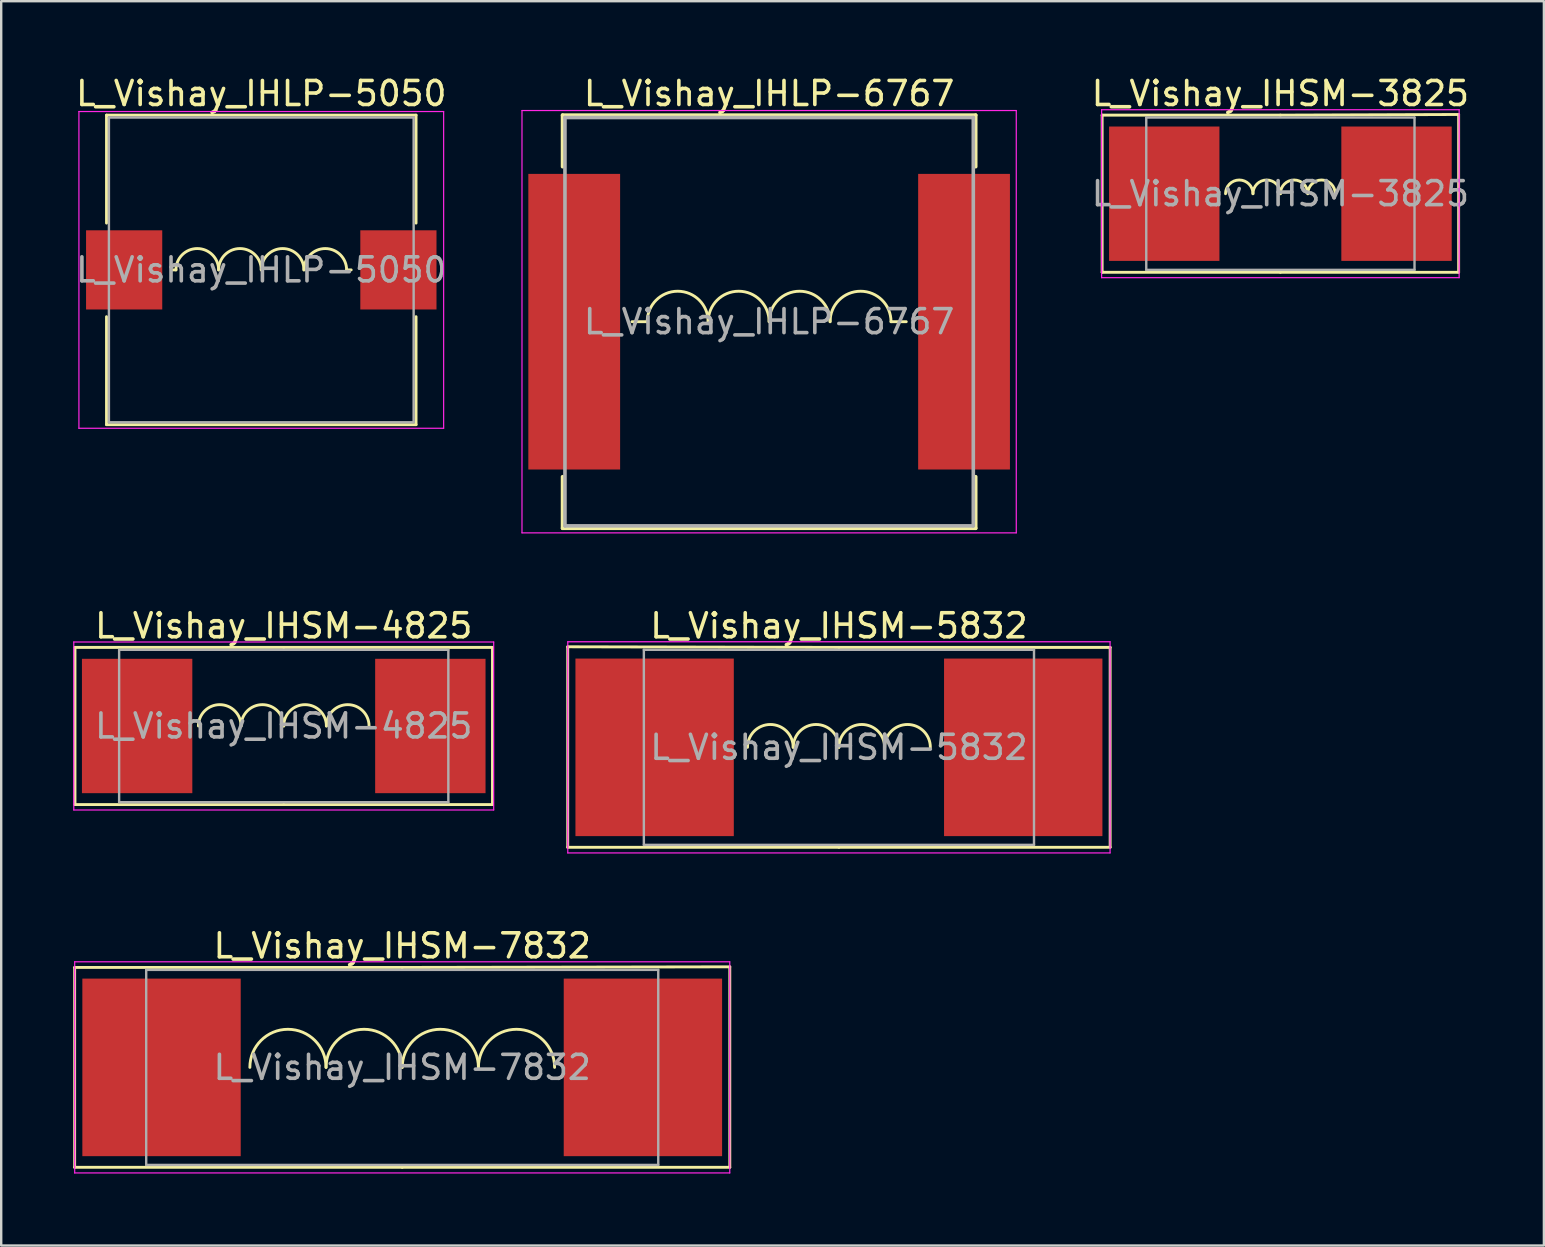
<source format=kicad_pcb>
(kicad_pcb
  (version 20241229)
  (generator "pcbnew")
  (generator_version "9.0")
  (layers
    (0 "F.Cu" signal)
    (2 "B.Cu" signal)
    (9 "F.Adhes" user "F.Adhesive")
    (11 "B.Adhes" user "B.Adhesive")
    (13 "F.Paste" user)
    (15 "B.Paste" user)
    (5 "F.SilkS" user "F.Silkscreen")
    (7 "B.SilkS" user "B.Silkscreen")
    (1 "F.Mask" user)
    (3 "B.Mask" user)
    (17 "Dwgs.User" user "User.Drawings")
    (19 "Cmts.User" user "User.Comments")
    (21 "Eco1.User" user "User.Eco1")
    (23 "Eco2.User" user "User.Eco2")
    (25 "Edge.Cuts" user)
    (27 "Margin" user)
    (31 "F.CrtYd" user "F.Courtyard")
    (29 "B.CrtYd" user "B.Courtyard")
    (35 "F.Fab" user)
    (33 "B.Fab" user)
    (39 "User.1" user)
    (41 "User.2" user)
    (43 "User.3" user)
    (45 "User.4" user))
  (footprint "L_Vishay_IHSM-4825"
    (layer "F.Cu")
    (at 8.775 27.206)
    (property "Reference" "L_Vishay_IHSM-4825" (at 0 -4.175 0) (layer "F.SilkS") (effects (font (size 1 1) (thickness 0.15))))
    (attr smd)
    (fp_line (start -8.7 -3.275) (end -8.7 3.275) (stroke (width 0.12) (type solid)) (layer "F.SilkS"))
    (fp_line (start -8.7 -3.275) (end 0 -3.275) (stroke (width 0.12) (type solid)) (layer "F.SilkS"))
    (fp_line (start -8.7 3.275) (end 0 3.275) (stroke (width 0.12) (type solid)) (layer "F.SilkS"))
    (fp_line (start 8.7 -3.275) (end 0 -3.275) (stroke (width 0.12) (type solid)) (layer "F.SilkS"))
    (fp_line (start 8.7 3.275) (end 0 3.275) (stroke (width 0.12) (type solid)) (layer "F.SilkS"))
    (fp_line (start 8.7 3.275) (end 8.7 -3.275) (stroke (width 0.12) (type solid)) (layer "F.SilkS"))
    (fp_arc (start -3.556 0) (mid -2.667 -0.889) (end -1.778 0) (stroke (width 0.12) (type solid)) (layer "F.SilkS"))
    (fp_arc (start -1.778 0) (mid -0.889 -0.889) (end 0 0) (stroke (width 0.12) (type solid)) (layer "F.SilkS"))
    (fp_arc (start 0 0) (mid 0.889 -0.889) (end 1.778 0) (stroke (width 0.12) (type solid)) (layer "F.SilkS"))
    (fp_arc (start 1.778 0) (mid 2.667 -0.889) (end 3.556 0) (stroke (width 0.12) (type solid)) (layer "F.SilkS"))
    (fp_line (start -8.75 -3.5) (end -8.75 3.5) (stroke (width 0.05) (type solid)) (layer "F.CrtYd"))
    (fp_line (start -8.75 3.5) (end 8.75 3.5) (stroke (width 0.05) (type solid)) (layer "F.CrtYd"))
    (fp_line (start 8.75 -3.5) (end -8.75 -3.5) (stroke (width 0.05) (type solid)) (layer "F.CrtYd"))
    (fp_line (start 8.75 3.5) (end 8.75 -3.5) (stroke (width 0.05) (type solid)) (layer "F.CrtYd"))
    (fp_line (start -6.86 -3.175) (end -6.86 3.175) (stroke (width 0.1) (type solid)) (layer "F.Fab"))
    (fp_line (start -6.86 3.175) (end 6.86 3.175) (stroke (width 0.1) (type solid)) (layer "F.Fab"))
    (fp_line (start 6.86 -3.175) (end -6.86 -3.175) (stroke (width 0.1) (type solid)) (layer "F.Fab"))
    (fp_line (start 6.86 3.175) (end 6.86 -3.175) (stroke (width 0.1) (type solid)) (layer "F.Fab"))
    (fp_text user "${REFERENCE}" (at 0 0 0) (layer "F.Fab") (effects (font (size 1 1) (thickness 0.15))))
    (pad "1" smd rect (at -6.11 0) (size 4.6 5.6) (layers "F.Cu" "F.Mask" "F.Paste"))
    (pad "2" smd rect (at 6.11 0) (size 4.6 5.6) (layers "F.Cu" "F.Mask" "F.Paste")))
  (footprint "L_Vishay_IHLP-5050"
    (layer "F.Cu")
    (at 7.839 8.198)
    (property "Reference" "L_Vishay_IHLP-5050" (at 0 -7.35 0) (layer "F.SilkS") (effects (font (size 1 1) (thickness 0.15))))
    (attr smd)
    (fp_line (start -6.45 -6.45) (end 6.45 -6.45) (stroke (width 0.12) (type solid)) (layer "F.SilkS"))
    (fp_line (start -6.45 -1.95) (end -6.45 -6.45) (stroke (width 0.12) (type solid)) (layer "F.SilkS"))
    (fp_line (start -6.45 1.95) (end -6.45 6.45) (stroke (width 0.12) (type solid)) (layer "F.SilkS"))
    (fp_line (start -6.45 6.45) (end 6.45 6.45) (stroke (width 0.12) (type solid)) (layer "F.SilkS"))
    (fp_line (start -3.556 0) (end -3.747 0) (stroke (width 0.12) (type solid)) (layer "F.SilkS"))
    (fp_line (start 3.747 0) (end 3.556 0) (stroke (width 0.12) (type solid)) (layer "F.SilkS"))
    (fp_line (start 6.45 -6.45) (end 6.45 -1.95) (stroke (width 0.12) (type solid)) (layer "F.SilkS"))
    (fp_line (start 6.45 6.45) (end 6.45 1.95) (stroke (width 0.12) (type solid)) (layer "F.SilkS"))
    (fp_arc (start -3.556 0) (mid -2.667 -0.889) (end -1.778 0) (stroke (width 0.12) (type solid)) (layer "F.SilkS"))
    (fp_arc (start -1.778 0) (mid -0.889 -0.889) (end 0 0) (stroke (width 0.12) (type solid)) (layer "F.SilkS"))
    (fp_arc (start 0 0) (mid 0.889 -0.889) (end 1.778 0) (stroke (width 0.12) (type solid)) (layer "F.SilkS"))
    (fp_arc (start 1.778 0) (mid 2.667 -0.889) (end 3.556 0) (stroke (width 0.12) (type solid)) (layer "F.SilkS"))
    (fp_line (start -7.6 -6.6) (end -7.6 6.6) (stroke (width 0.05) (type solid)) (layer "F.CrtYd"))
    (fp_line (start -7.6 6.6) (end 7.6 6.6) (stroke (width 0.05) (type solid)) (layer "F.CrtYd"))
    (fp_line (start 7.6 -6.6) (end -7.6 -6.6) (stroke (width 0.05) (type solid)) (layer "F.CrtYd"))
    (fp_line (start 7.6 6.6) (end 7.6 -6.6) (stroke (width 0.05) (type solid)) (layer "F.CrtYd"))
    (fp_line (start -6.35 -6.35) (end -6.35 6.35) (stroke (width 0.1) (type solid)) (layer "F.Fab"))
    (fp_line (start -6.35 6.35) (end 6.35 6.35) (stroke (width 0.1) (type solid)) (layer "F.Fab"))
    (fp_line (start 6.35 -6.35) (end -6.35 -6.35) (stroke (width 0.1) (type solid)) (layer "F.Fab"))
    (fp_line (start 6.35 6.35) (end 6.35 -6.35) (stroke (width 0.1) (type solid)) (layer "F.Fab"))
    (fp_text user "${REFERENCE}" (at 0 0 0) (layer "F.Fab") (effects (font (size 1 1) (thickness 0.15))))
    (pad "1" smd rect (at -5.715 0) (size 3.175 3.3) (layers "F.Cu" "F.Mask" "F.Paste"))
    (pad "2" smd rect (at 5.715 0) (size 3.175 3.3) (layers "F.Cu" "F.Mask" "F.Paste")))
  (footprint "L_Vishay_IHSM-3825"
    (layer "F.Cu")
    (at 50.311 5.023)
    (property "Reference" "L_Vishay_IHSM-3825" (at 0 -4.175 0) (layer "F.SilkS") (effects (font (size 1 1) (thickness 0.15))))
    (attr smd)
    (fp_line (start -7.429 -3.275) (end -7.429 3.275) (stroke (width 0.12) (type solid)) (layer "F.SilkS"))
    (fp_line (start -7.429 -3.275) (end 0 -3.275) (stroke (width 0.12) (type solid)) (layer "F.SilkS"))
    (fp_line (start -7.429 3.275) (end 0 3.275) (stroke (width 0.12) (type solid)) (layer "F.SilkS"))
    (fp_line (start 7.429 -3.302) (end 0 -3.275) (stroke (width 0.12) (type solid)) (layer "F.SilkS"))
    (fp_line (start 7.429 -3.302) (end 7.429 3.275) (stroke (width 0.12) (type solid)) (layer "F.SilkS"))
    (fp_line (start 7.429 3.275) (end 0 3.275) (stroke (width 0.12) (type solid)) (layer "F.SilkS"))
    (fp_arc (start -2.286 0) (mid -1.7145 -0.5715) (end -1.143 0) (stroke (width 0.12) (type solid)) (layer "F.SilkS"))
    (fp_arc (start -1.143 0) (mid -0.5715 -0.5715) (end 0 0) (stroke (width 0.12) (type solid)) (layer "F.SilkS"))
    (fp_arc (start 0 0) (mid 0.5715 -0.5715) (end 1.143 0) (stroke (width 0.12) (type solid)) (layer "F.SilkS"))
    (fp_arc (start 1.143 0) (mid 1.7145 -0.5715) (end 2.286 0) (stroke (width 0.12) (type solid)) (layer "F.SilkS"))
    (fp_line (start -7.45 -3.5) (end -7.45 3.5) (stroke (width 0.05) (type solid)) (layer "F.CrtYd"))
    (fp_line (start -7.45 3.5) (end 7.45 3.5) (stroke (width 0.05) (type solid)) (layer "F.CrtYd"))
    (fp_line (start 7.45 -3.5) (end -7.45 -3.5) (stroke (width 0.05) (type solid)) (layer "F.CrtYd"))
    (fp_line (start 7.45 3.5) (end 7.45 -3.5) (stroke (width 0.05) (type solid)) (layer "F.CrtYd"))
    (fp_line (start -5.59 -3.175) (end -5.59 3.175) (stroke (width 0.1) (type solid)) (layer "F.Fab"))
    (fp_line (start -5.59 3.175) (end 5.59 3.175) (stroke (width 0.1) (type solid)) (layer "F.Fab"))
    (fp_line (start 5.59 -3.175) (end -5.59 -3.175) (stroke (width 0.1) (type solid)) (layer "F.Fab"))
    (fp_line (start 5.59 3.175) (end 5.59 -3.175) (stroke (width 0.1) (type solid)) (layer "F.Fab"))
    (fp_text user "${REFERENCE}" (at 0 0 0) (layer "F.Fab") (effects (font (size 1 1) (thickness 0.15))))
    (pad "1" smd rect (at -4.84 0) (size 4.6 5.6) (layers "F.Cu" "F.Mask" "F.Paste"))
    (pad "2" smd rect (at 4.84 0) (size 4.6 5.6) (layers "F.Cu" "F.Mask" "F.Paste")))
  (footprint "L_Vishay_IHLP-6767"
    (layer "F.Cu")
    (at 29.004 10.357)
    (property "Reference" "L_Vishay_IHLP-6767" (at 0 -9.509 0) (layer "F.SilkS") (effects (font (size 1 1) (thickness 0.15))))
    (attr smd)
    (fp_line (start -8.609 -8.609) (end 8.609 -8.609) (stroke (width 0.15) (type solid)) (layer "F.SilkS"))
    (fp_line (start -8.609 -6.46) (end -8.609 -8.609) (stroke (width 0.15) (type solid)) (layer "F.SilkS"))
    (fp_line (start -8.609 6.46) (end -8.609 8.609) (stroke (width 0.15) (type solid)) (layer "F.SilkS"))
    (fp_line (start -8.609 8.609) (end 8.609 8.609) (stroke (width 0.15) (type solid)) (layer "F.SilkS"))
    (fp_line (start -5.08 0) (end -5.715 0) (stroke (width 0.12) (type solid)) (layer "F.SilkS"))
    (fp_line (start 5.715 0) (end 5.08 0) (stroke (width 0.12) (type solid)) (layer "F.SilkS"))
    (fp_line (start 8.609 -8.609) (end 8.609 -6.46) (stroke (width 0.15) (type solid)) (layer "F.SilkS"))
    (fp_line (start 8.609 8.609) (end 8.609 6.46) (stroke (width 0.15) (type solid)) (layer "F.SilkS"))
    (fp_arc (start -5.08 0) (mid -3.81 -1.27) (end -2.54 0) (stroke (width 0.12) (type solid)) (layer "F.SilkS"))
    (fp_arc (start -2.54 0) (mid -1.27 -1.27) (end 0 0) (stroke (width 0.12) (type solid)) (layer "F.SilkS"))
    (fp_arc (start 0 0) (mid 1.27 -1.27) (end 2.54 0) (stroke (width 0.12) (type solid)) (layer "F.SilkS"))
    (fp_arc (start 2.54 0) (mid 3.81 -1.27) (end 5.08 0) (stroke (width 0.12) (type solid)) (layer "F.SilkS"))
    (fp_line (start -10.3 -8.8) (end -10.3 8.8) (stroke (width 0.05) (type solid)) (layer "F.CrtYd"))
    (fp_line (start -10.3 8.8) (end 10.3 8.8) (stroke (width 0.05) (type solid)) (layer "F.CrtYd"))
    (fp_line (start 10.3 -8.8) (end -10.3 -8.8) (stroke (width 0.05) (type solid)) (layer "F.CrtYd"))
    (fp_line (start 10.3 8.8) (end 10.3 -8.8) (stroke (width 0.05) (type solid)) (layer "F.CrtYd"))
    (fp_line (start -8.509 -8.509) (end -8.509 8.509) (stroke (width 0.15) (type solid)) (layer "F.Fab"))
    (fp_line (start -8.509 8.509) (end 8.509 8.509) (stroke (width 0.15) (type solid)) (layer "F.Fab"))
    (fp_line (start 8.509 -8.509) (end -8.509 -8.509) (stroke (width 0.15) (type solid)) (layer "F.Fab"))
    (fp_line (start 8.509 8.509) (end 8.509 -8.509) (stroke (width 0.15) (type solid)) (layer "F.Fab"))
    (fp_text user "${REFERENCE}" (at 0 0 0) (layer "F.Fab") (effects (font (size 1 1) (thickness 0.15))))
    (pad "1" smd rect (at -8.123 0) (size 3.825 12.32) (layers "F.Cu" "F.Mask" "F.Paste"))
    (pad "2" smd rect (at 8.123 0) (size 3.825 12.32) (layers "F.Cu" "F.Mask" "F.Paste")))
  (footprint "L_Vishay_IHSM-5832"
    (layer "F.Cu")
    (at 31.913 28.096)
    (property "Reference" "L_Vishay_IHSM-5832" (at 0 -5.065 0) (layer "F.SilkS") (effects (font (size 1 1) (thickness 0.15))))
    (attr smd)
    (fp_line (start -11.303 -4.191) (end -11.303 4.165) (stroke (width 0.12) (type solid)) (layer "F.SilkS"))
    (fp_line (start -11.303 -4.191) (end 0 -4.165) (stroke (width 0.12) (type solid)) (layer "F.SilkS"))
    (fp_line (start -11.303 4.165) (end 0 4.165) (stroke (width 0.12) (type solid)) (layer "F.SilkS"))
    (fp_line (start 11.303 -4.165) (end 0 -4.165) (stroke (width 0.12) (type solid)) (layer "F.SilkS"))
    (fp_line (start 11.303 4.165) (end 0 4.165) (stroke (width 0.12) (type solid)) (layer "F.SilkS"))
    (fp_line (start 11.303 4.165) (end 11.303 -4.165) (stroke (width 0.12) (type solid)) (layer "F.SilkS"))
    (fp_arc (start -3.81 0) (mid -2.8575 -0.9525) (end -1.905 0) (stroke (width 0.12) (type solid)) (layer "F.SilkS"))
    (fp_arc (start -1.905 0) (mid -0.9525 -0.9525) (end 0 0) (stroke (width 0.12) (type solid)) (layer "F.SilkS"))
    (fp_arc (start 0 0) (mid 0.9525 -0.9525) (end 1.905 0) (stroke (width 0.12) (type solid)) (layer "F.SilkS"))
    (fp_arc (start 1.905 0) (mid 2.8575 -0.9525) (end 3.81 0) (stroke (width 0.12) (type solid)) (layer "F.SilkS"))
    (fp_line (start -11.3 -4.4) (end -11.3 4.4) (stroke (width 0.05) (type solid)) (layer "F.CrtYd"))
    (fp_line (start -11.3 4.4) (end 11.3 4.4) (stroke (width 0.05) (type solid)) (layer "F.CrtYd"))
    (fp_line (start 11.3 -4.4) (end -11.3 -4.4) (stroke (width 0.05) (type solid)) (layer "F.CrtYd"))
    (fp_line (start 11.3 4.4) (end 11.3 -4.4) (stroke (width 0.05) (type solid)) (layer "F.CrtYd"))
    (fp_line (start -8.13 -4.065) (end -8.13 4.065) (stroke (width 0.1) (type solid)) (layer "F.Fab"))
    (fp_line (start -8.13 4.065) (end 8.13 4.065) (stroke (width 0.1) (type solid)) (layer "F.Fab"))
    (fp_line (start 8.13 -4.065) (end -8.13 -4.065) (stroke (width 0.1) (type solid)) (layer "F.Fab"))
    (fp_line (start 8.13 4.065) (end 8.13 -4.065) (stroke (width 0.1) (type solid)) (layer "F.Fab"))
    (fp_text user "${REFERENCE}" (at 0 0 0) (layer "F.Fab") (effects (font (size 1 1) (thickness 0.15))))
    (pad "1" smd rect (at -7.681 0) (size 6.6 7.4) (layers "F.Cu" "F.Mask" "F.Paste"))
    (pad "2" smd rect (at 7.681 0) (size 6.6 7.4) (layers "F.Cu" "F.Mask" "F.Paste")))
  (footprint "L_Vishay_IHSM-7832"
    (layer "F.Cu")
    (at 13.713 41.434)
    (property "Reference" "L_Vishay_IHSM-7832" (at 0 -5.065 0) (layer "F.SilkS") (effects (font (size 1 1) (thickness 0.15))))
    (attr smd)
    (fp_line (start -13.652 -4.165) (end -13.652 4.165) (stroke (width 0.12) (type solid)) (layer "F.SilkS"))
    (fp_line (start -13.652 -4.165) (end 0 -4.165) (stroke (width 0.12) (type solid)) (layer "F.SilkS"))
    (fp_line (start -13.652 4.165) (end 0 4.165) (stroke (width 0.12) (type solid)) (layer "F.SilkS"))
    (fp_line (start 13.652 -4.191) (end 0 -4.165) (stroke (width 0.12) (type solid)) (layer "F.SilkS"))
    (fp_line (start 13.652 4.165) (end 0 4.165) (stroke (width 0.12) (type solid)) (layer "F.SilkS"))
    (fp_line (start 13.652 4.165) (end 13.652 -4.191) (stroke (width 0.12) (type solid)) (layer "F.SilkS"))
    (fp_arc (start -6.35 0) (mid -4.7625 -1.5875) (end -3.175 0) (stroke (width 0.12) (type solid)) (layer "F.SilkS"))
    (fp_arc (start -3.175 0) (mid -1.5875 -1.5875) (end 0 0) (stroke (width 0.12) (type solid)) (layer "F.SilkS"))
    (fp_arc (start 0 0) (mid 1.5875 -1.5875) (end 3.175 0) (stroke (width 0.12) (type solid)) (layer "F.SilkS"))
    (fp_arc (start 3.175 0) (mid 4.7625 -1.5875) (end 6.35 0) (stroke (width 0.12) (type solid)) (layer "F.SilkS"))
    (fp_line (start -13.65 -4.4) (end -13.65 4.4) (stroke (width 0.05) (type solid)) (layer "F.CrtYd"))
    (fp_line (start -13.65 4.4) (end 13.65 4.4) (stroke (width 0.05) (type solid)) (layer "F.CrtYd"))
    (fp_line (start 13.65 -4.4) (end -13.65 -4.4) (stroke (width 0.05) (type solid)) (layer "F.CrtYd"))
    (fp_line (start 13.65 4.4) (end 13.65 -4.4) (stroke (width 0.05) (type solid)) (layer "F.CrtYd"))
    (fp_line (start -10.67 -4.065) (end -10.67 4.065) (stroke (width 0.1) (type solid)) (layer "F.Fab"))
    (fp_line (start -10.67 4.065) (end 10.67 4.065) (stroke (width 0.1) (type solid)) (layer "F.Fab"))
    (fp_line (start 10.67 -4.065) (end -10.67 -4.065) (stroke (width 0.1) (type solid)) (layer "F.Fab"))
    (fp_line (start 10.67 4.065) (end 10.67 -4.065) (stroke (width 0.1) (type solid)) (layer "F.Fab"))
    (fp_text user "${REFERENCE}" (at 0 0 0) (layer "F.Fab") (effects (font (size 1 1) (thickness 0.15))))
    (pad "1" smd rect (at -10.031 0) (size 6.6 7.4) (layers "F.Cu" "F.Mask" "F.Paste"))
    (pad "2" smd rect (at 10.031 0) (size 6.6 7.4) (layers "F.Cu" "F.Mask" "F.Paste")))
  (gr_rect
    (start -3 -3)
    (end 61.293 48.859)
    (stroke (width 0.1) (type default))
    (fill no)
    (layer "Edge.Cuts")))
</source>
